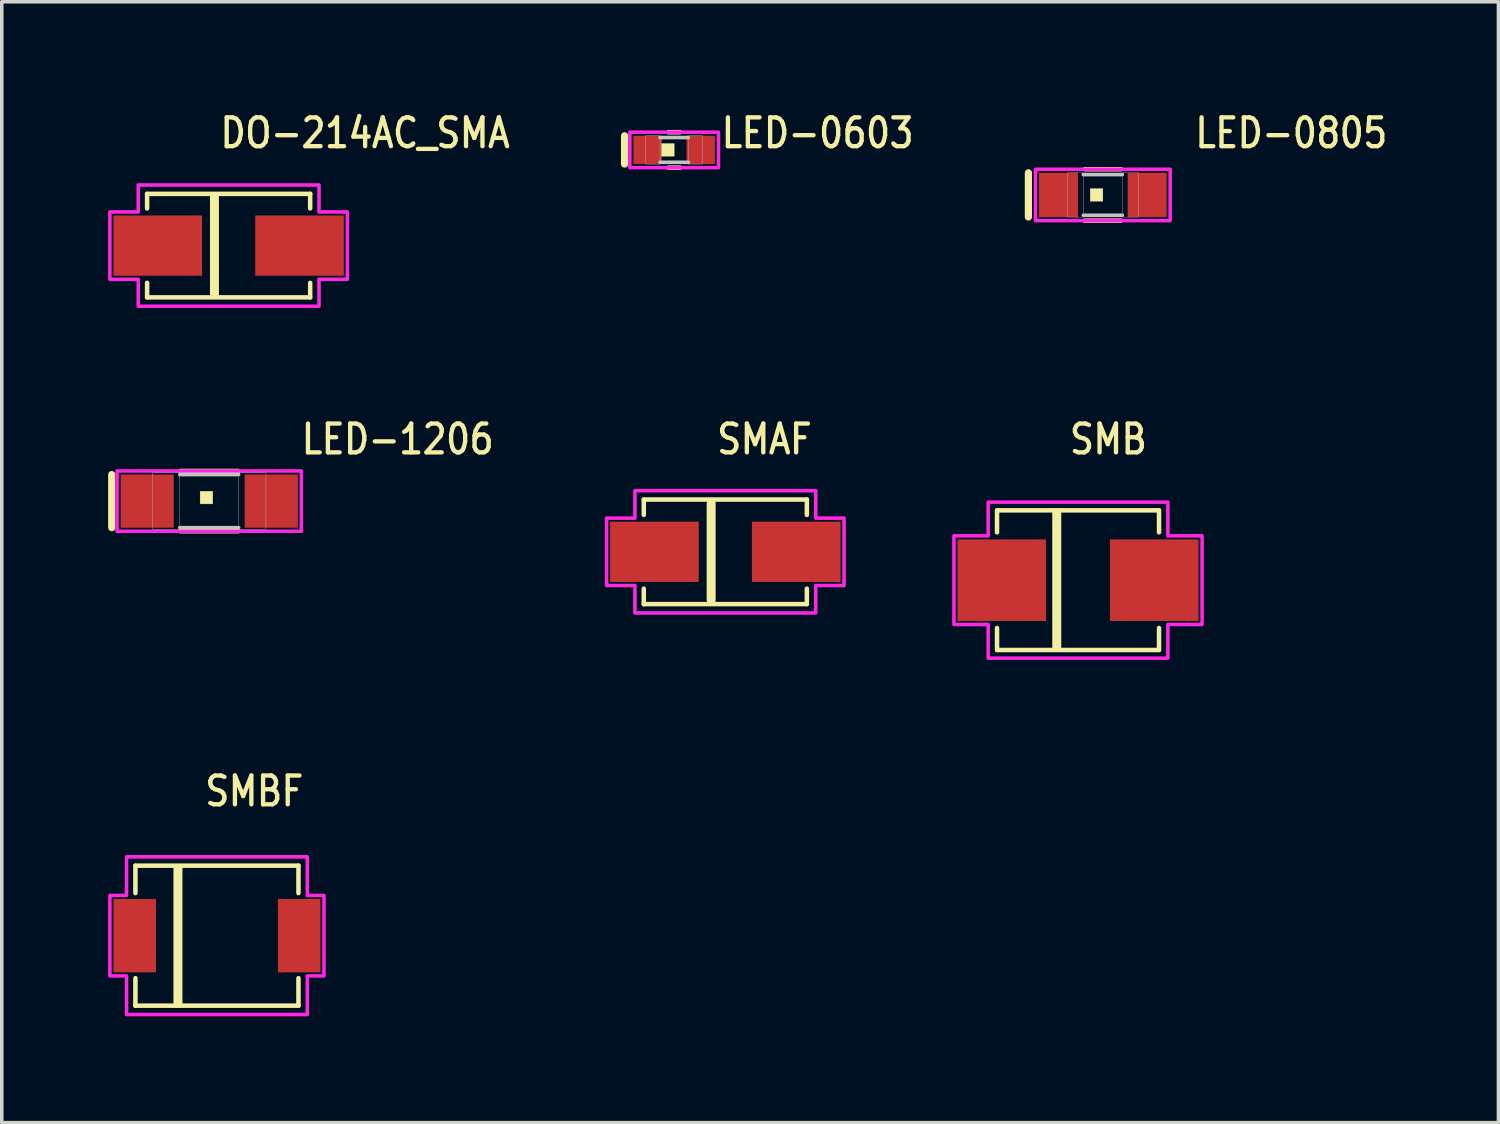
<source format=kicad_pcb>
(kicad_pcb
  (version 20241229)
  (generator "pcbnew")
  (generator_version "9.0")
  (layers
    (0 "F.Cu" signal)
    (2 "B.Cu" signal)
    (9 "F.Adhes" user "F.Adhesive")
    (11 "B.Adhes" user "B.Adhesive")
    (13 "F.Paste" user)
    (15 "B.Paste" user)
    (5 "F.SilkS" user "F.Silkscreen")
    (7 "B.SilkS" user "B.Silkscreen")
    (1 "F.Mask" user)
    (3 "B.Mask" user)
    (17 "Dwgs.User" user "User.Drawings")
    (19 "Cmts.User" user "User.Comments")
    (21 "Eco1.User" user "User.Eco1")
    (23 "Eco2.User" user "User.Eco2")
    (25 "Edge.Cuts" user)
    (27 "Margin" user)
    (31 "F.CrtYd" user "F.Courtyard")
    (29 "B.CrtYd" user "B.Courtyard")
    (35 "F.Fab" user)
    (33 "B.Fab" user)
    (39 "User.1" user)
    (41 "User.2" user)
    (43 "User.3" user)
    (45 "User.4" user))
  (footprint "SMBF"
    (layer "F.Cu")
    (at 3.07 23.346)
    (property "Reference" "SMBF" (at -0.4 -3.6 0) (unlocked yes) (layer "F.SilkS") (effects (font (size 0.813 0.695) (thickness 0.122)) (justify left bottom)))
    (fp_line (start -2.3 -1.975) (end -2.3 -1.2) (stroke (width 0.127) (type solid)) (layer "F.SilkS"))
    (fp_line (start -2.3 -1.975) (end 2.3 -1.975) (stroke (width 0.127) (type solid)) (layer "F.SilkS"))
    (fp_line (start -2.3 1.975) (end -2.3 1.2) (stroke (width 0.127) (type solid)) (layer "F.SilkS"))
    (fp_line (start -2.3 1.975) (end 2.3 1.975) (stroke (width 0.127) (type solid)) (layer "F.SilkS"))
    (fp_line (start -1.1 -1.9) (end -1.1 1.9) (stroke (width 0.254) (type solid)) (layer "F.SilkS"))
    (fp_line (start 2.3 -1.975) (end 2.3 -1.2) (stroke (width 0.127) (type solid)) (layer "F.SilkS"))
    (fp_line (start 2.3 1.975) (end 2.3 1.2) (stroke (width 0.127) (type solid)) (layer "F.SilkS"))
    (fp_poly (pts (xy -3.02 -1.135) (xy -2.55 -1.135) (xy -2.55 -2.225) (xy 2.55 -2.225) (xy 2.55 -1.135) (xy 3.02 -1.135) (xy 3.02 1.135) (xy 2.55 1.135) (xy 2.55 2.225) (xy -2.55 2.225) (xy -2.55 1.135) (xy -3.02 1.135)) (stroke (width 0.1) (type solid)) (fill no) (layer "F.CrtYd"))
    (pad "ANODE" smd rect (at 2.32 0) (size 1.2 2.07) (layers "F.Cu" "F.Mask" "F.Paste"))
    (pad "CATHODE" smd rect (at -2.32 0) (size 1.2 2.07) (layers "F.Cu" "F.Mask" "F.Paste")))
  (footprint "SMAF"
    (layer "F.Cu")
    (at 17.412 12.517)
    (property "Reference" "SMAF" (at -0.3 -2.7 0) (unlocked yes) (layer "F.SilkS") (effects (font (size 0.813 0.695) (thickness 0.122)) (justify left bottom)))
    (fp_line (start -2.3 -1.475) (end -2.3 -1.04) (stroke (width 0.127) (type solid)) (layer "F.SilkS"))
    (fp_line (start -2.3 -1.475) (end 2.3 -1.475) (stroke (width 0.127) (type solid)) (layer "F.SilkS"))
    (fp_line (start -2.3 1.475) (end -2.3 1.04) (stroke (width 0.127) (type solid)) (layer "F.SilkS"))
    (fp_line (start -2.3 1.475) (end 2.3 1.475) (stroke (width 0.127) (type solid)) (layer "F.SilkS"))
    (fp_line (start -0.4 -1.36) (end -0.4 1.36) (stroke (width 0.254) (type solid)) (layer "F.SilkS"))
    (fp_line (start 2.3 -1.475) (end 2.3 -1.04) (stroke (width 0.127) (type solid)) (layer "F.SilkS"))
    (fp_line (start 2.3 1.475) (end 2.3 1.04) (stroke (width 0.127) (type solid)) (layer "F.SilkS"))
    (fp_poly (pts (xy -3.35 -0.95) (xy -2.55 -0.95) (xy -2.55 -1.725) (xy 2.55 -1.725) (xy 2.55 -0.95) (xy 3.35 -0.95) (xy 3.35 0.95) (xy 2.55 0.95) (xy 2.55 1.725) (xy -2.55 1.725) (xy -2.55 0.95) (xy -3.35 0.95)) (stroke (width 0.1) (type solid)) (fill no) (layer "F.CrtYd"))
    (pad "ANODE" smd rect (at 2 0) (size 2.5 1.7) (layers "F.Cu" "F.Mask" "F.Paste"))
    (pad "CATHODE" smd rect (at -2 0) (size 2.5 1.7) (layers "F.Cu" "F.Mask" "F.Paste")))
  (footprint "LED-1206"
    (layer "F.Cu")
    (at 2.852 11.087)
    (property "Reference" "LED-1206" (at 2.54 -1.27 0) (unlocked yes) (layer "F.SilkS") (effects (font (size 0.813 0.695) (thickness 0.122)) (justify left bottom)))
    (fp_line (start -2.75 -0.748) (end -2.75 0.748) (stroke (width 0.203) (type solid)) (layer "F.SilkS"))
    (fp_line (start -0.814 -0.85) (end 0.814 -0.85) (stroke (width 0.127) (type solid)) (layer "F.SilkS"))
    (fp_line (start -0.814 0.85) (end 0.814 0.85) (stroke (width 0.127) (type solid)) (layer "F.SilkS"))
    (fp_rect (start -0.256 0.078) (end 0.1 -0.278) (stroke (width 0.01) (type solid)) (fill yes) (layer "F.SilkS"))
    (fp_line (start -0.83 -0.749) (end 0.83 -0.749) (stroke (width 0.102) (type solid)) (layer "Dwgs.User"))
    (fp_line (start -0.83 0.749) (end 0.83 0.749) (stroke (width 0.102) (type solid)) (layer "Dwgs.User"))
    (fp_rect (start -1.6 0.8) (end -0.83 -0.8) (stroke (width 0.01) (type solid)) (fill no) (layer "Dwgs.User"))
    (fp_rect (start 0.83 0.8) (end 1.6 -0.8) (stroke (width 0.01) (type solid)) (fill no) (layer "Dwgs.User"))
    (fp_poly (pts (xy -2.6 -0.85) (xy 2.6 -0.85) (xy 2.6 0.85) (xy -2.6 0.85)) (stroke (width 0.1) (type solid)) (fill no) (layer "F.CrtYd"))
    (pad "1" smd rect (at -1.75 0) (size 1.5 1.5) (layers "F.Cu" "F.Mask" "F.Paste"))
    (pad "2" smd rect (at 1.75 0) (size 1.5 1.5) (layers "F.Cu" "F.Mask" "F.Paste")))
  (footprint "DO-214AC_SMA"
    (layer "F.Cu")
    (at 3.4 3.879)
    (property "Reference" "DO-214AC_SMA" (at -0.3 -2.7 0) (unlocked yes) (layer "F.SilkS") (effects (font (size 0.813 0.695) (thickness 0.122)) (justify left bottom)))
    (fp_line (start -2.3 -1.46) (end -2.3 -1.05) (stroke (width 0.127) (type solid)) (layer "F.SilkS"))
    (fp_line (start -2.3 -1.46) (end 2.3 -1.46) (stroke (width 0.127) (type solid)) (layer "F.SilkS"))
    (fp_line (start -2.3 1.05) (end -2.3 1.46) (stroke (width 0.127) (type solid)) (layer "F.SilkS"))
    (fp_line (start -2.3 1.46) (end 2.3 1.46) (stroke (width 0.127) (type solid)) (layer "F.SilkS"))
    (fp_line (start -0.4 -1.36) (end -0.4 1.36) (stroke (width 0.254) (type solid)) (layer "F.SilkS"))
    (fp_line (start 2.3 -1.46) (end 2.3 -1.05) (stroke (width 0.127) (type solid)) (layer "F.SilkS"))
    (fp_line (start 2.3 1.46) (end 2.3 1.05) (stroke (width 0.127) (type solid)) (layer "F.SilkS"))
    (fp_poly (pts (xy -3.35 -0.95) (xy -2.55 -0.95) (xy -2.55 -1.71) (xy 2.55 -1.71) (xy 2.55 -0.95) (xy 3.35 -0.95) (xy 3.35 0.95) (xy 2.55 0.95) (xy 2.55 1.71) (xy -2.55 1.71) (xy -2.55 0.95) (xy -3.35 0.95)) (stroke (width 0.1) (type solid)) (fill no) (layer "F.CrtYd"))
    (pad "ANODE" smd rect (at 2 0) (size 2.5 1.7) (layers "F.Cu" "F.Mask" "F.Paste"))
    (pad "CATHODE" smd rect (at -2 0) (size 2.5 1.7) (layers "F.Cu" "F.Mask" "F.Paste")))
  (footprint "LED-0805"
    (layer "F.Cu")
    (at 28.062 2.449)
    (property "Reference" "LED-0805" (at 2.54 -1.27 0) (unlocked yes) (layer "F.SilkS") (effects (font (size 0.813 0.695) (thickness 0.122)) (justify left bottom)))
    (fp_line (start -2.1 -0.623) (end -2.1 0.623) (stroke (width 0.203) (type solid)) (layer "F.SilkS"))
    (fp_line (start -0.513 -0.725) (end 0.513 -0.725) (stroke (width 0.127) (type solid)) (layer "F.SilkS"))
    (fp_line (start -0.513 0.725) (end 0.513 0.725) (stroke (width 0.127) (type solid)) (layer "F.SilkS"))
    (fp_rect (start -0.356 0.178) (end 0 -0.178) (stroke (width 0.01) (type solid)) (fill yes) (layer "F.SilkS"))
    (fp_line (start -0.55 -0.574) (end 0.55 -0.574) (stroke (width 0.102) (type solid)) (layer "Dwgs.User"))
    (fp_line (start -0.55 0.574) (end 0.55 0.574) (stroke (width 0.102) (type solid)) (layer "Dwgs.User"))
    (fp_rect (start -1 0.625) (end -0.55 -0.625) (stroke (width 0.01) (type solid)) (fill no) (layer "Dwgs.User"))
    (fp_rect (start 0.55 0.625) (end 1 -0.625) (stroke (width 0.01) (type solid)) (fill no) (layer "Dwgs.User"))
    (fp_poly (pts (xy -1.9 -0.725) (xy 1.9 -0.725) (xy 1.9 0.725) (xy -1.9 0.725)) (stroke (width 0.1) (type solid)) (fill no) (layer "F.CrtYd"))
    (pad "1" smd rect (at -1.25 0) (size 1.1 1.25) (layers "F.Cu" "F.Mask" "F.Paste"))
    (pad "2" smd rect (at 1.25 0) (size 1.1 1.25) (layers "F.Cu" "F.Mask" "F.Paste")))
  (footprint "SMB"
    (layer "F.Cu")
    (at 27.362 13.317)
    (property "Reference" "SMB" (at -0.3 -3.5 0) (unlocked yes) (layer "F.SilkS") (effects (font (size 0.813 0.695) (thickness 0.122)) (justify left bottom)))
    (fp_line (start -2.285 -1.97) (end -2.285 -1.35) (stroke (width 0.127) (type solid)) (layer "F.SilkS"))
    (fp_line (start -2.285 1.97) (end -2.285 1.35) (stroke (width 0.127) (type solid)) (layer "F.SilkS"))
    (fp_line (start -2.28 -1.97) (end 2.28 -1.97) (stroke (width 0.127) (type solid)) (layer "F.SilkS"))
    (fp_line (start -2.28 1.97) (end 2.28 1.97) (stroke (width 0.127) (type solid)) (layer "F.SilkS"))
    (fp_line (start -0.6 -1.9) (end -0.6 1.9) (stroke (width 0.254) (type solid)) (layer "F.SilkS"))
    (fp_line (start 2.285 -1.97) (end 2.285 -1.35) (stroke (width 0.127) (type solid)) (layer "F.SilkS"))
    (fp_line (start 2.285 1.97) (end 2.285 1.35) (stroke (width 0.127) (type solid)) (layer "F.SilkS"))
    (fp_poly (pts (xy -3.5 -1.25) (xy -2.535 -1.25) (xy -2.535 -2.2) (xy 2.535 -2.2) (xy 2.535 -1.25) (xy 3.5 -1.25) (xy 3.5 1.25) (xy 2.535 1.25) (xy 2.535 2.2) (xy -2.535 2.2) (xy -2.535 1.25) (xy -3.5 1.25)) (stroke (width 0.1) (type solid)) (fill no) (layer "F.CrtYd"))
    (pad "ANODE" smd rect (at 2.15 0) (size 2.5 2.3) (layers "F.Cu" "F.Mask" "F.Paste"))
    (pad "CATHODE" smd rect (at -2.15 0) (size 2.5 2.3) (layers "F.Cu" "F.Mask" "F.Paste")))
  (footprint "LED-0603"
    (layer "F.Cu")
    (at 15.969 1.179)
    (property "Reference" "LED-0603" (at 1.27 0 0) (unlocked yes) (layer "F.SilkS") (effects (font (size 0.813 0.695) (thickness 0.122)) (justify left bottom)))
    (fp_line (start -1.4 -0.398) (end -1.4 0.398) (stroke (width 0.203) (type solid)) (layer "F.SilkS"))
    (fp_line (start -0.164 -0.5) (end 0.164 -0.5) (stroke (width 0.127) (type solid)) (layer "F.SilkS"))
    (fp_line (start -0.164 0.5) (end 0.164 0.5) (stroke (width 0.127) (type solid)) (layer "F.SilkS"))
    (fp_rect (start -0.356 0.178) (end 0 -0.178) (stroke (width 0.01) (type solid)) (fill yes) (layer "F.SilkS"))
    (fp_line (start -0.4 -0.349) (end 0.4 -0.349) (stroke (width 0.102) (type solid)) (layer "Dwgs.User"))
    (fp_line (start -0.4 0.349) (end 0.4 0.349) (stroke (width 0.102) (type solid)) (layer "Dwgs.User"))
    (fp_rect (start -0.8 0.4) (end -0.4 -0.4) (stroke (width 0.01) (type solid)) (fill no) (layer "Dwgs.User"))
    (fp_rect (start 0.4 0.4) (end 0.8 -0.4) (stroke (width 0.01) (type solid)) (fill no) (layer "Dwgs.User"))
    (fp_poly (pts (xy -1.25 -0.5) (xy 1.25 -0.5) (xy 1.25 0.5) (xy -1.25 0.5)) (stroke (width 0.1) (type solid)) (fill no) (layer "F.CrtYd"))
    (pad "1" smd rect (at -0.75 0) (size 0.8 0.8) (layers "F.Cu" "F.Mask" "F.Paste"))
    (pad "2" smd rect (at 0.75 0) (size 0.8 0.8) (layers "F.Cu" "F.Mask" "F.Paste")))
  (gr_rect
    (start -3 -3)
    (end 39.222 28.621)
    (stroke (width 0.1) (type default))
    (fill no)
    (layer "Edge.Cuts")))
</source>
